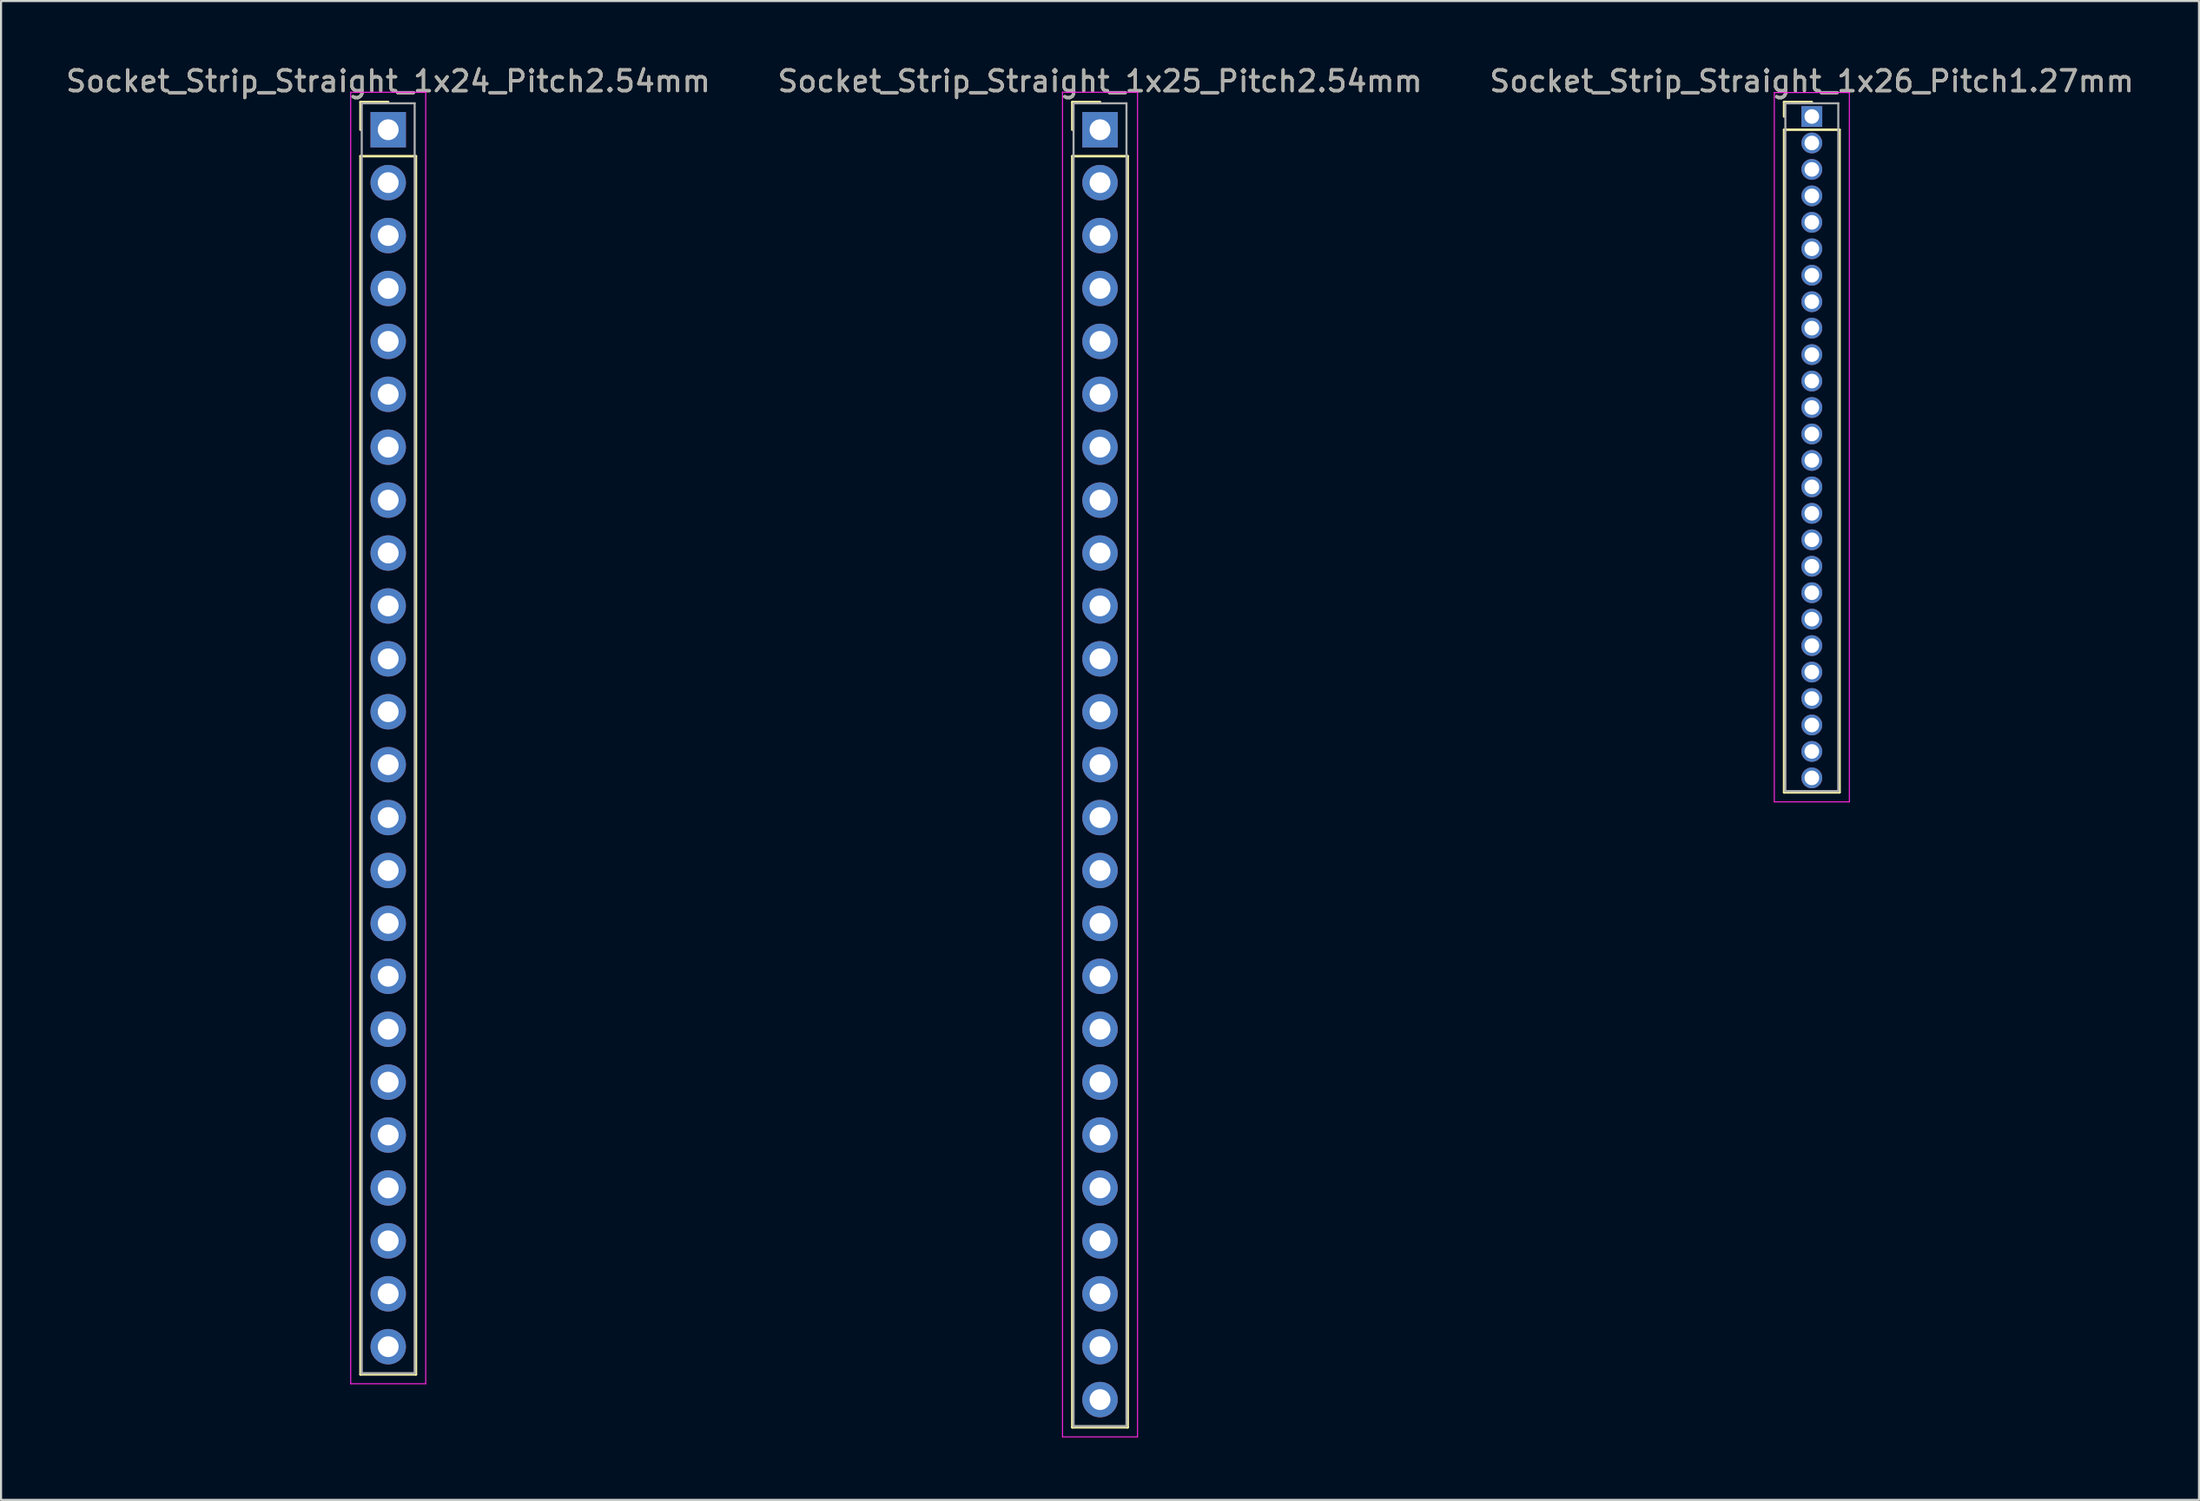
<source format=kicad_pcb>
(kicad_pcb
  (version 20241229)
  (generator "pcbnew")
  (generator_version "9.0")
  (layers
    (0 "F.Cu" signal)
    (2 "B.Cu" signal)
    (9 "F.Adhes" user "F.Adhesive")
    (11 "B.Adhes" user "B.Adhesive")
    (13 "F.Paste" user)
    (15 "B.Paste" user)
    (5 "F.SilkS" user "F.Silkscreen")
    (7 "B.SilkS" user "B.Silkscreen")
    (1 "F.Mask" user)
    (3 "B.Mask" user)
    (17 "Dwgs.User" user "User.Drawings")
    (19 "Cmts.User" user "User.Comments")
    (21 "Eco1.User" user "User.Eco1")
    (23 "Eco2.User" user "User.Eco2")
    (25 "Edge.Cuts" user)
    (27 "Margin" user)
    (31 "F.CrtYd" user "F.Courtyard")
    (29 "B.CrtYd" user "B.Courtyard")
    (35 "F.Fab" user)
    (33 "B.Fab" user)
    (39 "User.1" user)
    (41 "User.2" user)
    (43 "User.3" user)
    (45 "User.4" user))
  (footprint "Socket_Strip_Straight_1x26_Pitch1.27mm"
    (layer "F.Cu")
    (at 83.887 2.543)
    (property "Reference" "Socket_Strip_Straight_1x26_Pitch1.27mm" (at 0 -1.695 0) (layer "F.SilkS") (effects (font (size 1 1) (thickness 0.15))))
    (attr through_hole)
    (fp_line (start -1.33 -0.695) (end 0 -0.695) (stroke (width 0.12) (type solid)) (layer "F.SilkS"))
    (fp_line (start -1.33 0) (end -1.33 -0.695) (stroke (width 0.12) (type solid)) (layer "F.SilkS"))
    (fp_line (start -1.33 0.635) (end -1.33 32.445) (stroke (width 0.12) (type solid)) (layer "F.SilkS"))
    (fp_line (start -1.33 32.445) (end 1.33 32.445) (stroke (width 0.12) (type solid)) (layer "F.SilkS"))
    (fp_line (start 1.33 0.635) (end -1.33 0.635) (stroke (width 0.12) (type solid)) (layer "F.SilkS"))
    (fp_line (start 1.33 32.445) (end 1.33 0.635) (stroke (width 0.12) (type solid)) (layer "F.SilkS"))
    (fp_line (start -1.8 -1.15) (end -1.8 32.9) (stroke (width 0.05) (type solid)) (layer "F.CrtYd"))
    (fp_line (start -1.8 32.9) (end 1.8 32.9) (stroke (width 0.05) (type solid)) (layer "F.CrtYd"))
    (fp_line (start 1.8 -1.15) (end -1.8 -1.15) (stroke (width 0.05) (type solid)) (layer "F.CrtYd"))
    (fp_line (start 1.8 32.9) (end 1.8 -1.15) (stroke (width 0.05) (type solid)) (layer "F.CrtYd"))
    (fp_line (start -1.27 -0.635) (end -1.27 32.385) (stroke (width 0.1) (type solid)) (layer "F.Fab"))
    (fp_line (start -1.27 32.385) (end 1.27 32.385) (stroke (width 0.1) (type solid)) (layer "F.Fab"))
    (fp_line (start 1.27 -0.635) (end -1.27 -0.635) (stroke (width 0.1) (type solid)) (layer "F.Fab"))
    (fp_line (start 1.27 32.385) (end 1.27 -0.635) (stroke (width 0.1) (type solid)) (layer "F.Fab"))
    (fp_text user "${REFERENCE}" (at 0 -1.695 0) (layer "F.Fab") (effects (font (size 1 1) (thickness 0.15))))
    (pad "1" thru_hole rect (at 0 0) (size 1 1) (drill 0.7) (layers "*.Cu" "*.Mask"))
    (pad "2" thru_hole oval (at 0 1.27) (size 1 1) (drill 0.7) (layers "*.Cu" "*.Mask"))
    (pad "3" thru_hole oval (at 0 2.54) (size 1 1) (drill 0.7) (layers "*.Cu" "*.Mask"))
    (pad "4" thru_hole oval (at 0 3.81) (size 1 1) (drill 0.7) (layers "*.Cu" "*.Mask"))
    (pad "5" thru_hole oval (at 0 5.08) (size 1 1) (drill 0.7) (layers "*.Cu" "*.Mask"))
    (pad "6" thru_hole oval (at 0 6.35) (size 1 1) (drill 0.7) (layers "*.Cu" "*.Mask"))
    (pad "7" thru_hole oval (at 0 7.62) (size 1 1) (drill 0.7) (layers "*.Cu" "*.Mask"))
    (pad "8" thru_hole oval (at 0 8.89) (size 1 1) (drill 0.7) (layers "*.Cu" "*.Mask"))
    (pad "9" thru_hole oval (at 0 10.16) (size 1 1) (drill 0.7) (layers "*.Cu" "*.Mask"))
    (pad "10" thru_hole oval (at 0 11.43) (size 1 1) (drill 0.7) (layers "*.Cu" "*.Mask"))
    (pad "11" thru_hole oval (at 0 12.7) (size 1 1) (drill 0.7) (layers "*.Cu" "*.Mask"))
    (pad "12" thru_hole oval (at 0 13.97) (size 1 1) (drill 0.7) (layers "*.Cu" "*.Mask"))
    (pad "13" thru_hole oval (at 0 15.24) (size 1 1) (drill 0.7) (layers "*.Cu" "*.Mask"))
    (pad "14" thru_hole oval (at 0 16.51) (size 1 1) (drill 0.7) (layers "*.Cu" "*.Mask"))
    (pad "15" thru_hole oval (at 0 17.78) (size 1 1) (drill 0.7) (layers "*.Cu" "*.Mask"))
    (pad "16" thru_hole oval (at 0 19.05) (size 1 1) (drill 0.7) (layers "*.Cu" "*.Mask"))
    (pad "17" thru_hole oval (at 0 20.32) (size 1 1) (drill 0.7) (layers "*.Cu" "*.Mask"))
    (pad "18" thru_hole oval (at 0 21.59) (size 1 1) (drill 0.7) (layers "*.Cu" "*.Mask"))
    (pad "19" thru_hole oval (at 0 22.86) (size 1 1) (drill 0.7) (layers "*.Cu" "*.Mask"))
    (pad "20" thru_hole oval (at 0 24.13) (size 1 1) (drill 0.7) (layers "*.Cu" "*.Mask"))
    (pad "21" thru_hole oval (at 0 25.4) (size 1 1) (drill 0.7) (layers "*.Cu" "*.Mask"))
    (pad "22" thru_hole oval (at 0 26.67) (size 1 1) (drill 0.7) (layers "*.Cu" "*.Mask"))
    (pad "23" thru_hole oval (at 0 27.94) (size 1 1) (drill 0.7) (layers "*.Cu" "*.Mask"))
    (pad "24" thru_hole oval (at 0 29.21) (size 1 1) (drill 0.7) (layers "*.Cu" "*.Mask"))
    (pad "25" thru_hole oval (at 0 30.48) (size 1 1) (drill 0.7) (layers "*.Cu" "*.Mask"))
    (pad "26" thru_hole oval (at 0 31.75) (size 1 1) (drill 0.7) (layers "*.Cu" "*.Mask")))
  (footprint "Socket_Strip_Straight_1x24_Pitch2.54mm"
    (layer "F.Cu")
    (at 15.577 3.178)
    (property "Reference" "Socket_Strip_Straight_1x24_Pitch2.54mm" (at 0 -2.33 0) (layer "F.SilkS") (effects (font (size 1 1) (thickness 0.15))))
    (attr through_hole)
    (fp_line (start -1.33 -1.33) (end 0 -1.33) (stroke (width 0.12) (type solid)) (layer "F.SilkS"))
    (fp_line (start -1.33 0) (end -1.33 -1.33) (stroke (width 0.12) (type solid)) (layer "F.SilkS"))
    (fp_line (start -1.33 1.27) (end -1.33 59.75) (stroke (width 0.12) (type solid)) (layer "F.SilkS"))
    (fp_line (start -1.33 59.75) (end 1.33 59.75) (stroke (width 0.12) (type solid)) (layer "F.SilkS"))
    (fp_line (start 1.33 1.27) (end -1.33 1.27) (stroke (width 0.12) (type solid)) (layer "F.SilkS"))
    (fp_line (start 1.33 59.75) (end 1.33 1.27) (stroke (width 0.12) (type solid)) (layer "F.SilkS"))
    (fp_line (start -1.8 -1.8) (end -1.8 60.2) (stroke (width 0.05) (type solid)) (layer "F.CrtYd"))
    (fp_line (start -1.8 60.2) (end 1.8 60.2) (stroke (width 0.05) (type solid)) (layer "F.CrtYd"))
    (fp_line (start 1.8 -1.8) (end -1.8 -1.8) (stroke (width 0.05) (type solid)) (layer "F.CrtYd"))
    (fp_line (start 1.8 60.2) (end 1.8 -1.8) (stroke (width 0.05) (type solid)) (layer "F.CrtYd"))
    (fp_line (start -1.27 -1.27) (end -1.27 59.69) (stroke (width 0.1) (type solid)) (layer "F.Fab"))
    (fp_line (start -1.27 59.69) (end 1.27 59.69) (stroke (width 0.1) (type solid)) (layer "F.Fab"))
    (fp_line (start 1.27 -1.27) (end -1.27 -1.27) (stroke (width 0.1) (type solid)) (layer "F.Fab"))
    (fp_line (start 1.27 59.69) (end 1.27 -1.27) (stroke (width 0.1) (type solid)) (layer "F.Fab"))
    (fp_text user "${REFERENCE}" (at 0 -2.33 0) (layer "F.Fab") (effects (font (size 1 1) (thickness 0.15))))
    (pad "1" thru_hole rect (at 0 0) (size 1.7 1.7) (drill 1) (layers "*.Cu" "*.Mask"))
    (pad "2" thru_hole oval (at 0 2.54) (size 1.7 1.7) (drill 1) (layers "*.Cu" "*.Mask"))
    (pad "3" thru_hole oval (at 0 5.08) (size 1.7 1.7) (drill 1) (layers "*.Cu" "*.Mask"))
    (pad "4" thru_hole oval (at 0 7.62) (size 1.7 1.7) (drill 1) (layers "*.Cu" "*.Mask"))
    (pad "5" thru_hole oval (at 0 10.16) (size 1.7 1.7) (drill 1) (layers "*.Cu" "*.Mask"))
    (pad "6" thru_hole oval (at 0 12.7) (size 1.7 1.7) (drill 1) (layers "*.Cu" "*.Mask"))
    (pad "7" thru_hole oval (at 0 15.24) (size 1.7 1.7) (drill 1) (layers "*.Cu" "*.Mask"))
    (pad "8" thru_hole oval (at 0 17.78) (size 1.7 1.7) (drill 1) (layers "*.Cu" "*.Mask"))
    (pad "9" thru_hole oval (at 0 20.32) (size 1.7 1.7) (drill 1) (layers "*.Cu" "*.Mask"))
    (pad "10" thru_hole oval (at 0 22.86) (size 1.7 1.7) (drill 1) (layers "*.Cu" "*.Mask"))
    (pad "11" thru_hole oval (at 0 25.4) (size 1.7 1.7) (drill 1) (layers "*.Cu" "*.Mask"))
    (pad "12" thru_hole oval (at 0 27.94) (size 1.7 1.7) (drill 1) (layers "*.Cu" "*.Mask"))
    (pad "13" thru_hole oval (at 0 30.48) (size 1.7 1.7) (drill 1) (layers "*.Cu" "*.Mask"))
    (pad "14" thru_hole oval (at 0 33.02) (size 1.7 1.7) (drill 1) (layers "*.Cu" "*.Mask"))
    (pad "15" thru_hole oval (at 0 35.56) (size 1.7 1.7) (drill 1) (layers "*.Cu" "*.Mask"))
    (pad "16" thru_hole oval (at 0 38.1) (size 1.7 1.7) (drill 1) (layers "*.Cu" "*.Mask"))
    (pad "17" thru_hole oval (at 0 40.64) (size 1.7 1.7) (drill 1) (layers "*.Cu" "*.Mask"))
    (pad "18" thru_hole oval (at 0 43.18) (size 1.7 1.7) (drill 1) (layers "*.Cu" "*.Mask"))
    (pad "19" thru_hole oval (at 0 45.72) (size 1.7 1.7) (drill 1) (layers "*.Cu" "*.Mask"))
    (pad "20" thru_hole oval (at 0 48.26) (size 1.7 1.7) (drill 1) (layers "*.Cu" "*.Mask"))
    (pad "21" thru_hole oval (at 0 50.8) (size 1.7 1.7) (drill 1) (layers "*.Cu" "*.Mask"))
    (pad "22" thru_hole oval (at 0 53.34) (size 1.7 1.7) (drill 1) (layers "*.Cu" "*.Mask"))
    (pad "23" thru_hole oval (at 0 55.88) (size 1.7 1.7) (drill 1) (layers "*.Cu" "*.Mask"))
    (pad "24" thru_hole oval (at 0 58.42) (size 1.7 1.7) (drill 1) (layers "*.Cu" "*.Mask")))
  (footprint "Socket_Strip_Straight_1x25_Pitch2.54mm"
    (layer "F.Cu")
    (at 49.732 3.178)
    (property "Reference" "Socket_Strip_Straight_1x25_Pitch2.54mm" (at 0 -2.33 0) (layer "F.SilkS") (effects (font (size 1 1) (thickness 0.15))))
    (attr through_hole)
    (fp_line (start -1.33 -1.33) (end 0 -1.33) (stroke (width 0.12) (type solid)) (layer "F.SilkS"))
    (fp_line (start -1.33 0) (end -1.33 -1.33) (stroke (width 0.12) (type solid)) (layer "F.SilkS"))
    (fp_line (start -1.33 1.27) (end -1.33 62.29) (stroke (width 0.12) (type solid)) (layer "F.SilkS"))
    (fp_line (start -1.33 62.29) (end 1.33 62.29) (stroke (width 0.12) (type solid)) (layer "F.SilkS"))
    (fp_line (start 1.33 1.27) (end -1.33 1.27) (stroke (width 0.12) (type solid)) (layer "F.SilkS"))
    (fp_line (start 1.33 62.29) (end 1.33 1.27) (stroke (width 0.12) (type solid)) (layer "F.SilkS"))
    (fp_line (start -1.8 -1.8) (end -1.8 62.75) (stroke (width 0.05) (type solid)) (layer "F.CrtYd"))
    (fp_line (start -1.8 62.75) (end 1.8 62.75) (stroke (width 0.05) (type solid)) (layer "F.CrtYd"))
    (fp_line (start 1.8 -1.8) (end -1.8 -1.8) (stroke (width 0.05) (type solid)) (layer "F.CrtYd"))
    (fp_line (start 1.8 62.75) (end 1.8 -1.8) (stroke (width 0.05) (type solid)) (layer "F.CrtYd"))
    (fp_line (start -1.27 -1.27) (end -1.27 62.23) (stroke (width 0.1) (type solid)) (layer "F.Fab"))
    (fp_line (start -1.27 62.23) (end 1.27 62.23) (stroke (width 0.1) (type solid)) (layer "F.Fab"))
    (fp_line (start 1.27 -1.27) (end -1.27 -1.27) (stroke (width 0.1) (type solid)) (layer "F.Fab"))
    (fp_line (start 1.27 62.23) (end 1.27 -1.27) (stroke (width 0.1) (type solid)) (layer "F.Fab"))
    (fp_text user "${REFERENCE}" (at 0 -2.33 0) (layer "F.Fab") (effects (font (size 1 1) (thickness 0.15))))
    (pad "1" thru_hole rect (at 0 0) (size 1.7 1.7) (drill 1) (layers "*.Cu" "*.Mask"))
    (pad "2" thru_hole oval (at 0 2.54) (size 1.7 1.7) (drill 1) (layers "*.Cu" "*.Mask"))
    (pad "3" thru_hole oval (at 0 5.08) (size 1.7 1.7) (drill 1) (layers "*.Cu" "*.Mask"))
    (pad "4" thru_hole oval (at 0 7.62) (size 1.7 1.7) (drill 1) (layers "*.Cu" "*.Mask"))
    (pad "5" thru_hole oval (at 0 10.16) (size 1.7 1.7) (drill 1) (layers "*.Cu" "*.Mask"))
    (pad "6" thru_hole oval (at 0 12.7) (size 1.7 1.7) (drill 1) (layers "*.Cu" "*.Mask"))
    (pad "7" thru_hole oval (at 0 15.24) (size 1.7 1.7) (drill 1) (layers "*.Cu" "*.Mask"))
    (pad "8" thru_hole oval (at 0 17.78) (size 1.7 1.7) (drill 1) (layers "*.Cu" "*.Mask"))
    (pad "9" thru_hole oval (at 0 20.32) (size 1.7 1.7) (drill 1) (layers "*.Cu" "*.Mask"))
    (pad "10" thru_hole oval (at 0 22.86) (size 1.7 1.7) (drill 1) (layers "*.Cu" "*.Mask"))
    (pad "11" thru_hole oval (at 0 25.4) (size 1.7 1.7) (drill 1) (layers "*.Cu" "*.Mask"))
    (pad "12" thru_hole oval (at 0 27.94) (size 1.7 1.7) (drill 1) (layers "*.Cu" "*.Mask"))
    (pad "13" thru_hole oval (at 0 30.48) (size 1.7 1.7) (drill 1) (layers "*.Cu" "*.Mask"))
    (pad "14" thru_hole oval (at 0 33.02) (size 1.7 1.7) (drill 1) (layers "*.Cu" "*.Mask"))
    (pad "15" thru_hole oval (at 0 35.56) (size 1.7 1.7) (drill 1) (layers "*.Cu" "*.Mask"))
    (pad "16" thru_hole oval (at 0 38.1) (size 1.7 1.7) (drill 1) (layers "*.Cu" "*.Mask"))
    (pad "17" thru_hole oval (at 0 40.64) (size 1.7 1.7) (drill 1) (layers "*.Cu" "*.Mask"))
    (pad "18" thru_hole oval (at 0 43.18) (size 1.7 1.7) (drill 1) (layers "*.Cu" "*.Mask"))
    (pad "19" thru_hole oval (at 0 45.72) (size 1.7 1.7) (drill 1) (layers "*.Cu" "*.Mask"))
    (pad "20" thru_hole oval (at 0 48.26) (size 1.7 1.7) (drill 1) (layers "*.Cu" "*.Mask"))
    (pad "21" thru_hole oval (at 0 50.8) (size 1.7 1.7) (drill 1) (layers "*.Cu" "*.Mask"))
    (pad "22" thru_hole oval (at 0 53.34) (size 1.7 1.7) (drill 1) (layers "*.Cu" "*.Mask"))
    (pad "23" thru_hole oval (at 0 55.88) (size 1.7 1.7) (drill 1) (layers "*.Cu" "*.Mask"))
    (pad "24" thru_hole oval (at 0 58.42) (size 1.7 1.7) (drill 1) (layers "*.Cu" "*.Mask"))
    (pad "25" thru_hole oval (at 0 60.96) (size 1.7 1.7) (drill 1) (layers "*.Cu" "*.Mask")))
  (gr_rect
    (start -3 -3)
    (end 102.464 68.953)
    (stroke (width 0.1) (type default))
    (fill no)
    (layer "Edge.Cuts")))
</source>
